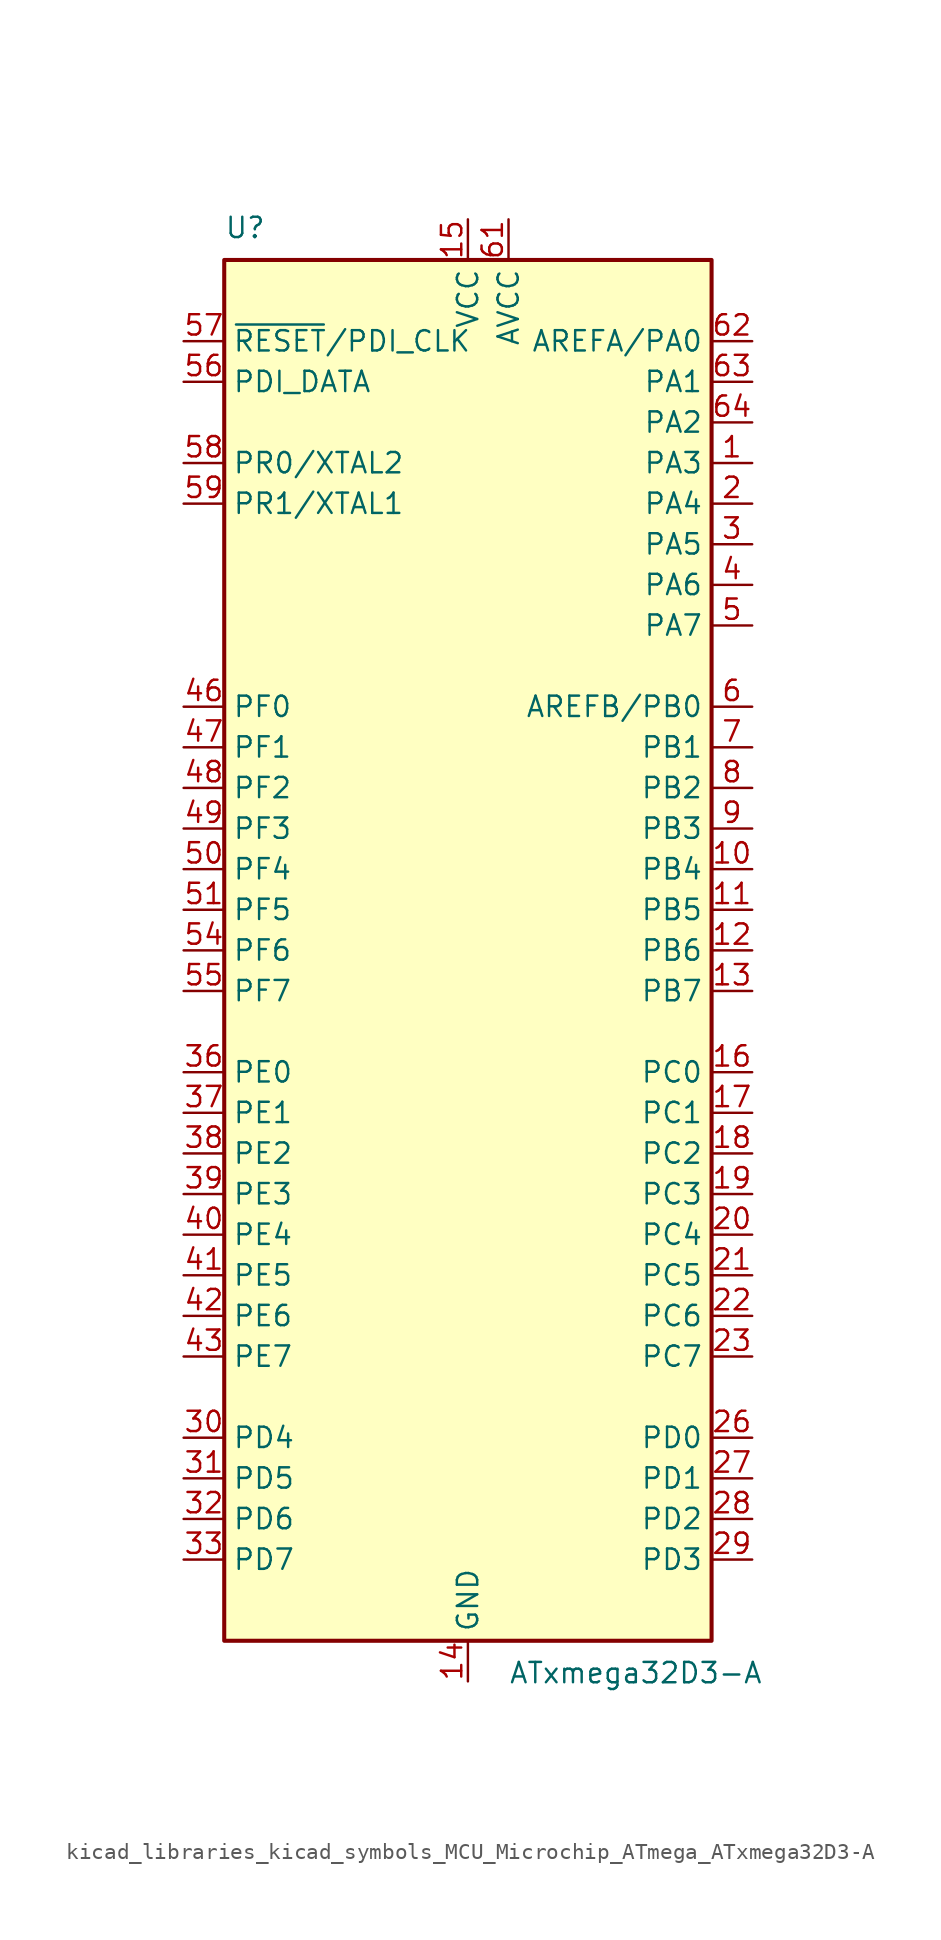
<source format=kicad_sym>
(kicad_symbol_lib
  (version 20220914)
  (generator kicad_symbol_editor)
  (symbol "kicad_libraries_kicad_symbols_MCU_Microchip_ATmega_ATxmega32D3-A"
    (property "Reference" "U"
      (at -15.24 44.45 0)
      (effects (font (size 1.27 1.27)) (justify left bottom)))
    (property "Value" "ATxmega32D3-A"
      (at 2.54 -44.45 0)
      (effects (font (size 1.27 1.27)) (justify left top)))
    (symbol "kicad_libraries_kicad_symbols_MCU_Microchip_ATmega_ATxmega32D3-A_0_1"
      (rectangle (start -15.24 -43.18) (end 15.24 43.18) (stroke (width 0.254) (type default)) (fill (type background))))
    (symbol "kicad_libraries_kicad_symbols_MCU_Microchip_ATmega_ATxmega32D3-A_1_1"
      (pin bidirectional line (at 17.78 30.48 180) (length 2.54) (name "PA3" (effects (font (size 1.27 1.27)))) (number "1" (effects (font (size 1.27 1.27)))))
      (pin bidirectional line (at 17.78 5.08 180) (length 2.54) (name "PB4" (effects (font (size 1.27 1.27)))) (number "10" (effects (font (size 1.27 1.27)))))
      (pin bidirectional line (at 17.78 2.54 180) (length 2.54) (name "PB5" (effects (font (size 1.27 1.27)))) (number "11" (effects (font (size 1.27 1.27)))))
      (pin bidirectional line (at 17.78 0 180) (length 2.54) (name "PB6" (effects (font (size 1.27 1.27)))) (number "12" (effects (font (size 1.27 1.27)))))
      (pin bidirectional line (at 17.78 -2.54 180) (length 2.54) (name "PB7" (effects (font (size 1.27 1.27)))) (number "13" (effects (font (size 1.27 1.27)))))
      (pin power_in line (at 0 -45.72 90) (length 2.54) (name "GND" (effects (font (size 1.27 1.27)))) (number "14" (effects (font (size 1.27 1.27)))))
      (pin power_in line (at 0 45.72 270) (length 2.54) (name "VCC" (effects (font (size 1.27 1.27)))) (number "15" (effects (font (size 1.27 1.27)))))
      (pin bidirectional line (at 17.78 -7.62 180) (length 2.54) (name "PC0" (effects (font (size 1.27 1.27)))) (number "16" (effects (font (size 1.27 1.27)))))
      (pin bidirectional line (at 17.78 -10.16 180) (length 2.54) (name "PC1" (effects (font (size 1.27 1.27)))) (number "17" (effects (font (size 1.27 1.27)))))
      (pin bidirectional line (at 17.78 -12.7 180) (length 2.54) (name "PC2" (effects (font (size 1.27 1.27)))) (number "18" (effects (font (size 1.27 1.27)))))
      (pin bidirectional line (at 17.78 -15.24 180) (length 2.54) (name "PC3" (effects (font (size 1.27 1.27)))) (number "19" (effects (font (size 1.27 1.27)))))
      (pin bidirectional line (at 17.78 27.94 180) (length 2.54) (name "PA4" (effects (font (size 1.27 1.27)))) (number "2" (effects (font (size 1.27 1.27)))))
      (pin bidirectional line (at 17.78 -17.78 180) (length 2.54) (name "PC4" (effects (font (size 1.27 1.27)))) (number "20" (effects (font (size 1.27 1.27)))))
      (pin bidirectional line (at 17.78 -20.32 180) (length 2.54) (name "PC5" (effects (font (size 1.27 1.27)))) (number "21" (effects (font (size 1.27 1.27)))))
      (pin bidirectional line (at 17.78 -22.86 180) (length 2.54) (name "PC6" (effects (font (size 1.27 1.27)))) (number "22" (effects (font (size 1.27 1.27)))))
      (pin bidirectional line (at 17.78 -25.4 180) (length 2.54) (name "PC7" (effects (font (size 1.27 1.27)))) (number "23" (effects (font (size 1.27 1.27)))))
      (pin passive line (at 0 -45.72 90) (length 2.54) hide (name "GND" (effects (font (size 1.27 1.27)))) (number "24" (effects (font (size 1.27 1.27)))))
      (pin passive line (at 0 45.72 270) (length 2.54) hide (name "VCC" (effects (font (size 1.27 1.27)))) (number "25" (effects (font (size 1.27 1.27)))))
      (pin bidirectional line (at 17.78 -30.48 180) (length 2.54) (name "PD0" (effects (font (size 1.27 1.27)))) (number "26" (effects (font (size 1.27 1.27)))))
      (pin bidirectional line (at 17.78 -33.02 180) (length 2.54) (name "PD1" (effects (font (size 1.27 1.27)))) (number "27" (effects (font (size 1.27 1.27)))))
      (pin bidirectional line (at 17.78 -35.56 180) (length 2.54) (name "PD2" (effects (font (size 1.27 1.27)))) (number "28" (effects (font (size 1.27 1.27)))))
      (pin bidirectional line (at 17.78 -38.1 180) (length 2.54) (name "PD3" (effects (font (size 1.27 1.27)))) (number "29" (effects (font (size 1.27 1.27)))))
      (pin bidirectional line (at 17.78 25.4 180) (length 2.54) (name "PA5" (effects (font (size 1.27 1.27)))) (number "3" (effects (font (size 1.27 1.27)))))
      (pin bidirectional line (at -17.78 -30.48 0) (length 2.54) (name "PD4" (effects (font (size 1.27 1.27)))) (number "30" (effects (font (size 1.27 1.27)))))
      (pin bidirectional line (at -17.78 -33.02 0) (length 2.54) (name "PD5" (effects (font (size 1.27 1.27)))) (number "31" (effects (font (size 1.27 1.27)))))
      (pin bidirectional line (at -17.78 -35.56 0) (length 2.54) (name "PD6" (effects (font (size 1.27 1.27)))) (number "32" (effects (font (size 1.27 1.27)))))
      (pin bidirectional line (at -17.78 -38.1 0) (length 2.54) (name "PD7" (effects (font (size 1.27 1.27)))) (number "33" (effects (font (size 1.27 1.27)))))
      (pin passive line (at 0 -45.72 90) (length 2.54) hide (name "GND" (effects (font (size 1.27 1.27)))) (number "34" (effects (font (size 1.27 1.27)))))
      (pin passive line (at 0 45.72 270) (length 2.54) hide (name "VCC" (effects (font (size 1.27 1.27)))) (number "35" (effects (font (size 1.27 1.27)))))
      (pin bidirectional line (at -17.78 -7.62 0) (length 2.54) (name "PE0" (effects (font (size 1.27 1.27)))) (number "36" (effects (font (size 1.27 1.27)))))
      (pin bidirectional line (at -17.78 -10.16 0) (length 2.54) (name "PE1" (effects (font (size 1.27 1.27)))) (number "37" (effects (font (size 1.27 1.27)))))
      (pin bidirectional line (at -17.78 -12.7 0) (length 2.54) (name "PE2" (effects (font (size 1.27 1.27)))) (number "38" (effects (font (size 1.27 1.27)))))
      (pin bidirectional line (at -17.78 -15.24 0) (length 2.54) (name "PE3" (effects (font (size 1.27 1.27)))) (number "39" (effects (font (size 1.27 1.27)))))
      (pin bidirectional line (at 17.78 22.86 180) (length 2.54) (name "PA6" (effects (font (size 1.27 1.27)))) (number "4" (effects (font (size 1.27 1.27)))))
      (pin bidirectional line (at -17.78 -17.78 0) (length 2.54) (name "PE4" (effects (font (size 1.27 1.27)))) (number "40" (effects (font (size 1.27 1.27)))))
      (pin bidirectional line (at -17.78 -20.32 0) (length 2.54) (name "PE5" (effects (font (size 1.27 1.27)))) (number "41" (effects (font (size 1.27 1.27)))))
      (pin bidirectional line (at -17.78 -22.86 0) (length 2.54) (name "PE6" (effects (font (size 1.27 1.27)))) (number "42" (effects (font (size 1.27 1.27)))))
      (pin bidirectional line (at -17.78 -25.4 0) (length 2.54) (name "PE7" (effects (font (size 1.27 1.27)))) (number "43" (effects (font (size 1.27 1.27)))))
      (pin passive line (at 0 -45.72 90) (length 2.54) hide (name "GND" (effects (font (size 1.27 1.27)))) (number "44" (effects (font (size 1.27 1.27)))))
      (pin passive line (at 0 45.72 270) (length 2.54) hide (name "VCC" (effects (font (size 1.27 1.27)))) (number "45" (effects (font (size 1.27 1.27)))))
      (pin bidirectional line (at -17.78 15.24 0) (length 2.54) (name "PF0" (effects (font (size 1.27 1.27)))) (number "46" (effects (font (size 1.27 1.27)))))
      (pin bidirectional line (at -17.78 12.7 0) (length 2.54) (name "PF1" (effects (font (size 1.27 1.27)))) (number "47" (effects (font (size 1.27 1.27)))))
      (pin bidirectional line (at -17.78 10.16 0) (length 2.54) (name "PF2" (effects (font (size 1.27 1.27)))) (number "48" (effects (font (size 1.27 1.27)))))
      (pin bidirectional line (at -17.78 7.62 0) (length 2.54) (name "PF3" (effects (font (size 1.27 1.27)))) (number "49" (effects (font (size 1.27 1.27)))))
      (pin bidirectional line (at 17.78 20.32 180) (length 2.54) (name "PA7" (effects (font (size 1.27 1.27)))) (number "5" (effects (font (size 1.27 1.27)))))
      (pin bidirectional line (at -17.78 5.08 0) (length 2.54) (name "PF4" (effects (font (size 1.27 1.27)))) (number "50" (effects (font (size 1.27 1.27)))))
      (pin bidirectional line (at -17.78 2.54 0) (length 2.54) (name "PF5" (effects (font (size 1.27 1.27)))) (number "51" (effects (font (size 1.27 1.27)))))
      (pin passive line (at 0 -45.72 90) (length 2.54) hide (name "GND" (effects (font (size 1.27 1.27)))) (number "52" (effects (font (size 1.27 1.27)))))
      (pin passive line (at 0 45.72 270) (length 2.54) hide (name "VCC" (effects (font (size 1.27 1.27)))) (number "53" (effects (font (size 1.27 1.27)))))
      (pin bidirectional line (at -17.78 0 0) (length 2.54) (name "PF6" (effects (font (size 1.27 1.27)))) (number "54" (effects (font (size 1.27 1.27)))))
      (pin bidirectional line (at -17.78 -2.54 0) (length 2.54) (name "PF7" (effects (font (size 1.27 1.27)))) (number "55" (effects (font (size 1.27 1.27)))))
      (pin bidirectional line (at -17.78 35.56 0) (length 2.54) (name "PDI_DATA" (effects (font (size 1.27 1.27)))) (number "56" (effects (font (size 1.27 1.27)))))
      (pin input line (at -17.78 38.1 0) (length 2.54) (name "~{RESET}/PDI_CLK" (effects (font (size 1.27 1.27)))) (number "57" (effects (font (size 1.27 1.27)))))
      (pin bidirectional line (at -17.78 30.48 0) (length 2.54) (name "PR0/XTAL2" (effects (font (size 1.27 1.27)))) (number "58" (effects (font (size 1.27 1.27)))))
      (pin bidirectional line (at -17.78 27.94 0) (length 2.54) (name "PR1/XTAL1" (effects (font (size 1.27 1.27)))) (number "59" (effects (font (size 1.27 1.27)))))
      (pin bidirectional line (at 17.78 15.24 180) (length 2.54) (name "AREFB/PB0" (effects (font (size 1.27 1.27)))) (number "6" (effects (font (size 1.27 1.27)))))
      (pin passive line (at 0 -45.72 90) (length 2.54) hide (name "GND" (effects (font (size 1.27 1.27)))) (number "60" (effects (font (size 1.27 1.27)))))
      (pin power_in line (at 2.54 45.72 270) (length 2.54) (name "AVCC" (effects (font (size 1.27 1.27)))) (number "61" (effects (font (size 1.27 1.27)))))
      (pin bidirectional line (at 17.78 38.1 180) (length 2.54) (name "AREFA/PA0" (effects (font (size 1.27 1.27)))) (number "62" (effects (font (size 1.27 1.27)))))
      (pin bidirectional line (at 17.78 35.56 180) (length 2.54) (name "PA1" (effects (font (size 1.27 1.27)))) (number "63" (effects (font (size 1.27 1.27)))))
      (pin bidirectional line (at 17.78 33.02 180) (length 2.54) (name "PA2" (effects (font (size 1.27 1.27)))) (number "64" (effects (font (size 1.27 1.27)))))
      (pin bidirectional line (at 17.78 12.7 180) (length 2.54) (name "PB1" (effects (font (size 1.27 1.27)))) (number "7" (effects (font (size 1.27 1.27)))))
      (pin bidirectional line (at 17.78 10.16 180) (length 2.54) (name "PB2" (effects (font (size 1.27 1.27)))) (number "8" (effects (font (size 1.27 1.27)))))
      (pin bidirectional line (at 17.78 7.62 180) (length 2.54) (name "PB3" (effects (font (size 1.27 1.27)))) (number "9" (effects (font (size 1.27 1.27))))))))
</source>
